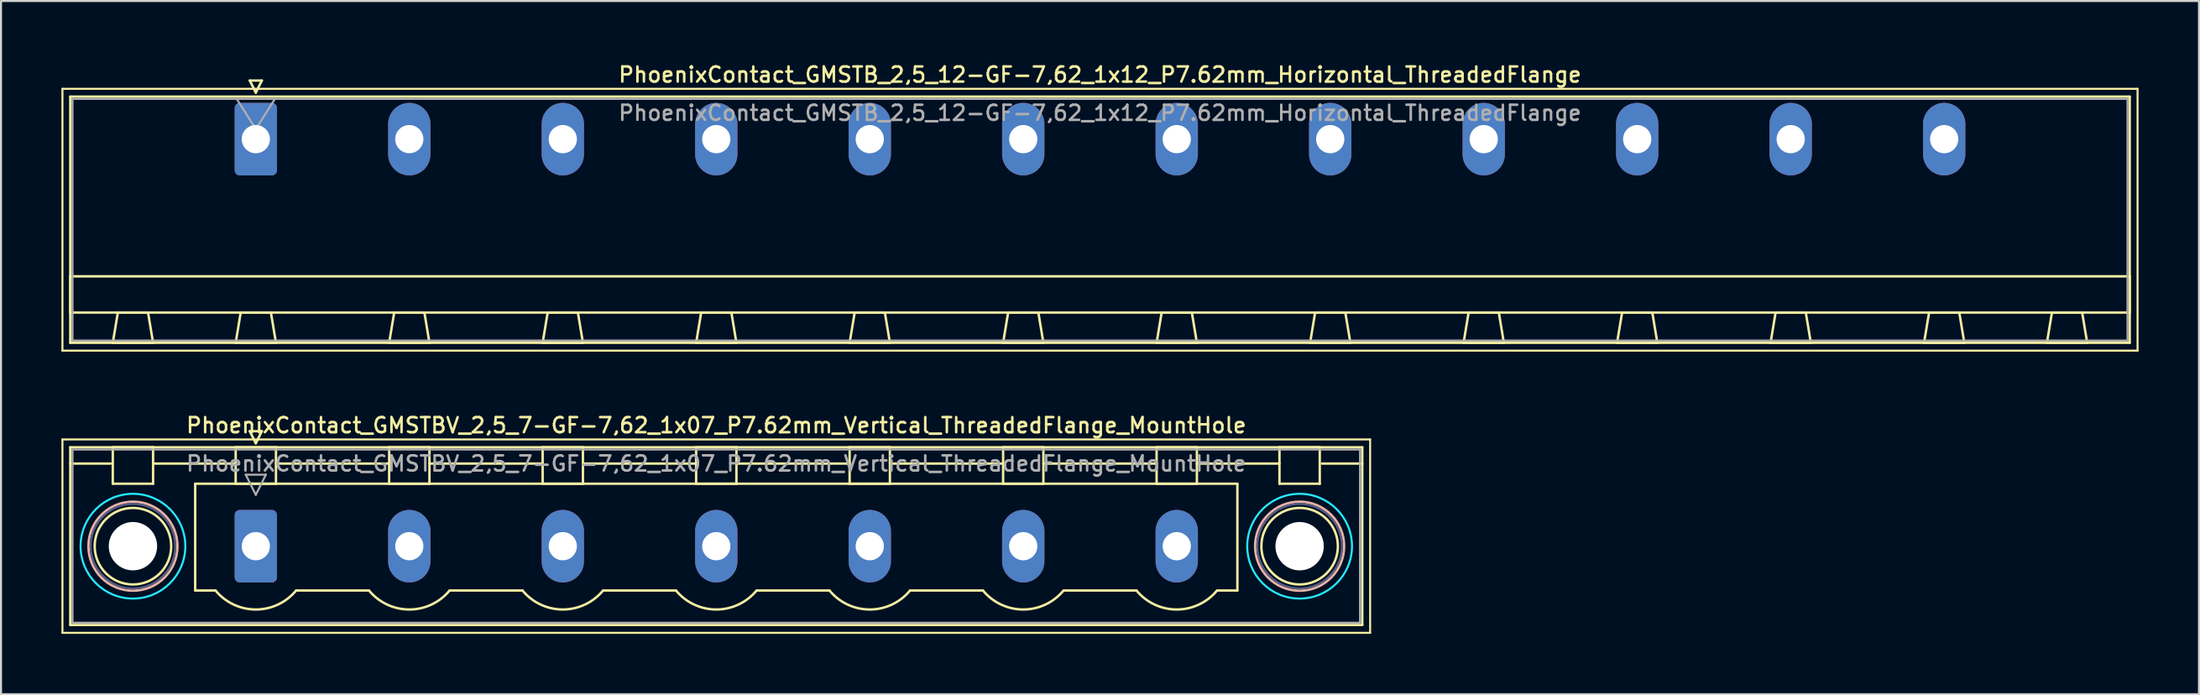
<source format=kicad_pcb>
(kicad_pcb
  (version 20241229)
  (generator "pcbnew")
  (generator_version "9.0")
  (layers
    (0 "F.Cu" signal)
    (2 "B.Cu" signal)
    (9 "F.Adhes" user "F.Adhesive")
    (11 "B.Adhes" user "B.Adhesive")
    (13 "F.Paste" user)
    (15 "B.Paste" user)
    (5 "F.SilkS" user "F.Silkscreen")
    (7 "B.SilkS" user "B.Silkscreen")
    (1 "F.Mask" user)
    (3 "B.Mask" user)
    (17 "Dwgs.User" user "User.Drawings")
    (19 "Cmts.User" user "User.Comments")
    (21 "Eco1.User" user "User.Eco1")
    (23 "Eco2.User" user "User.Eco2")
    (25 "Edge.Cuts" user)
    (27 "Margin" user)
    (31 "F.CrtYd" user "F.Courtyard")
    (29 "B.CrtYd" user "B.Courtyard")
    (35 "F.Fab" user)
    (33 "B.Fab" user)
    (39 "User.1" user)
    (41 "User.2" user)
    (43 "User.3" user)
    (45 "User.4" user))
  (footprint "PhoenixContact_GMSTB_2,5_12-GF-7,62_1x12_P7.62mm_Horizontal_ThreadedFlange"
    (layer "F.Cu")
    (at 9.65 3.858)
    (property "Reference" "PhoenixContact_GMSTB_2,5_12-GF-7,62_1x12_P7.62mm_Horizontal_ThreadedFlange" (at 41.91 -3.2 0) (layer "F.SilkS") (effects (font (size 0.75 0.75) (thickness 0.125))))
    (attr through_hole)
    (fp_line (start -9.6 -2.5) (end -9.6 10.5) (stroke (width 0.1) (type solid)) (layer "F.SilkS"))
    (fp_line (start -9.6 10.5) (end 93.42 10.5) (stroke (width 0.1) (type solid)) (layer "F.SilkS"))
    (fp_line (start -9.21 -2.11) (end -9.21 10.11) (stroke (width 0.12) (type solid)) (layer "F.SilkS"))
    (fp_line (start -9.21 6.81) (end 93.03 6.81) (stroke (width 0.12) (type solid)) (layer "F.SilkS"))
    (fp_line (start -9.21 8.61) (end -9.21 6.81) (stroke (width 0.12) (type solid)) (layer "F.SilkS"))
    (fp_line (start -9.21 10.11) (end 93.03 10.11) (stroke (width 0.12) (type solid)) (layer "F.SilkS"))
    (fp_line (start -7.1 10.11) (end -5.1 10.11) (stroke (width 0.12) (type solid)) (layer "F.SilkS"))
    (fp_line (start -6.85 8.61) (end -7.1 10.11) (stroke (width 0.12) (type solid)) (layer "F.SilkS"))
    (fp_line (start -5.35 8.61) (end -6.85 8.61) (stroke (width 0.12) (type solid)) (layer "F.SilkS"))
    (fp_line (start -5.1 10.11) (end -5.35 8.61) (stroke (width 0.12) (type solid)) (layer "F.SilkS"))
    (fp_line (start -1 10.11) (end 1 10.11) (stroke (width 0.12) (type solid)) (layer "F.SilkS"))
    (fp_line (start -0.75 8.61) (end -1 10.11) (stroke (width 0.12) (type solid)) (layer "F.SilkS"))
    (fp_line (start -0.3 -2.91) (end 0.3 -2.91) (stroke (width 0.12) (type solid)) (layer "F.SilkS"))
    (fp_line (start 0 -2.31) (end -0.3 -2.91) (stroke (width 0.12) (type solid)) (layer "F.SilkS"))
    (fp_line (start 0.3 -2.91) (end 0 -2.31) (stroke (width 0.12) (type solid)) (layer "F.SilkS"))
    (fp_line (start 0.75 8.61) (end -0.75 8.61) (stroke (width 0.12) (type solid)) (layer "F.SilkS"))
    (fp_line (start 1 10.11) (end 0.75 8.61) (stroke (width 0.12) (type solid)) (layer "F.SilkS"))
    (fp_line (start 6.62 10.11) (end 8.62 10.11) (stroke (width 0.12) (type solid)) (layer "F.SilkS"))
    (fp_line (start 6.87 8.61) (end 6.62 10.11) (stroke (width 0.12) (type solid)) (layer "F.SilkS"))
    (fp_line (start 8.37 8.61) (end 6.87 8.61) (stroke (width 0.12) (type solid)) (layer "F.SilkS"))
    (fp_line (start 8.62 10.11) (end 8.37 8.61) (stroke (width 0.12) (type solid)) (layer "F.SilkS"))
    (fp_line (start 14.24 10.11) (end 16.24 10.11) (stroke (width 0.12) (type solid)) (layer "F.SilkS"))
    (fp_line (start 14.49 8.61) (end 14.24 10.11) (stroke (width 0.12) (type solid)) (layer "F.SilkS"))
    (fp_line (start 15.99 8.61) (end 14.49 8.61) (stroke (width 0.12) (type solid)) (layer "F.SilkS"))
    (fp_line (start 16.24 10.11) (end 15.99 8.61) (stroke (width 0.12) (type solid)) (layer "F.SilkS"))
    (fp_line (start 21.86 10.11) (end 23.86 10.11) (stroke (width 0.12) (type solid)) (layer "F.SilkS"))
    (fp_line (start 22.11 8.61) (end 21.86 10.11) (stroke (width 0.12) (type solid)) (layer "F.SilkS"))
    (fp_line (start 23.61 8.61) (end 22.11 8.61) (stroke (width 0.12) (type solid)) (layer "F.SilkS"))
    (fp_line (start 23.86 10.11) (end 23.61 8.61) (stroke (width 0.12) (type solid)) (layer "F.SilkS"))
    (fp_line (start 29.48 10.11) (end 31.48 10.11) (stroke (width 0.12) (type solid)) (layer "F.SilkS"))
    (fp_line (start 29.73 8.61) (end 29.48 10.11) (stroke (width 0.12) (type solid)) (layer "F.SilkS"))
    (fp_line (start 31.23 8.61) (end 29.73 8.61) (stroke (width 0.12) (type solid)) (layer "F.SilkS"))
    (fp_line (start 31.48 10.11) (end 31.23 8.61) (stroke (width 0.12) (type solid)) (layer "F.SilkS"))
    (fp_line (start 37.1 10.11) (end 39.1 10.11) (stroke (width 0.12) (type solid)) (layer "F.SilkS"))
    (fp_line (start 37.35 8.61) (end 37.1 10.11) (stroke (width 0.12) (type solid)) (layer "F.SilkS"))
    (fp_line (start 38.85 8.61) (end 37.35 8.61) (stroke (width 0.12) (type solid)) (layer "F.SilkS"))
    (fp_line (start 39.1 10.11) (end 38.85 8.61) (stroke (width 0.12) (type solid)) (layer "F.SilkS"))
    (fp_line (start 44.72 10.11) (end 46.72 10.11) (stroke (width 0.12) (type solid)) (layer "F.SilkS"))
    (fp_line (start 44.97 8.61) (end 44.72 10.11) (stroke (width 0.12) (type solid)) (layer "F.SilkS"))
    (fp_line (start 46.47 8.61) (end 44.97 8.61) (stroke (width 0.12) (type solid)) (layer "F.SilkS"))
    (fp_line (start 46.72 10.11) (end 46.47 8.61) (stroke (width 0.12) (type solid)) (layer "F.SilkS"))
    (fp_line (start 52.34 10.11) (end 54.34 10.11) (stroke (width 0.12) (type solid)) (layer "F.SilkS"))
    (fp_line (start 52.59 8.61) (end 52.34 10.11) (stroke (width 0.12) (type solid)) (layer "F.SilkS"))
    (fp_line (start 54.09 8.61) (end 52.59 8.61) (stroke (width 0.12) (type solid)) (layer "F.SilkS"))
    (fp_line (start 54.34 10.11) (end 54.09 8.61) (stroke (width 0.12) (type solid)) (layer "F.SilkS"))
    (fp_line (start 59.96 10.11) (end 61.96 10.11) (stroke (width 0.12) (type solid)) (layer "F.SilkS"))
    (fp_line (start 60.21 8.61) (end 59.96 10.11) (stroke (width 0.12) (type solid)) (layer "F.SilkS"))
    (fp_line (start 61.71 8.61) (end 60.21 8.61) (stroke (width 0.12) (type solid)) (layer "F.SilkS"))
    (fp_line (start 61.96 10.11) (end 61.71 8.61) (stroke (width 0.12) (type solid)) (layer "F.SilkS"))
    (fp_line (start 67.58 10.11) (end 69.58 10.11) (stroke (width 0.12) (type solid)) (layer "F.SilkS"))
    (fp_line (start 67.83 8.61) (end 67.58 10.11) (stroke (width 0.12) (type solid)) (layer "F.SilkS"))
    (fp_line (start 69.33 8.61) (end 67.83 8.61) (stroke (width 0.12) (type solid)) (layer "F.SilkS"))
    (fp_line (start 69.58 10.11) (end 69.33 8.61) (stroke (width 0.12) (type solid)) (layer "F.SilkS"))
    (fp_line (start 75.2 10.11) (end 77.2 10.11) (stroke (width 0.12) (type solid)) (layer "F.SilkS"))
    (fp_line (start 75.45 8.61) (end 75.2 10.11) (stroke (width 0.12) (type solid)) (layer "F.SilkS"))
    (fp_line (start 76.95 8.61) (end 75.45 8.61) (stroke (width 0.12) (type solid)) (layer "F.SilkS"))
    (fp_line (start 77.2 10.11) (end 76.95 8.61) (stroke (width 0.12) (type solid)) (layer "F.SilkS"))
    (fp_line (start 82.82 10.11) (end 84.82 10.11) (stroke (width 0.12) (type solid)) (layer "F.SilkS"))
    (fp_line (start 83.07 8.61) (end 82.82 10.11) (stroke (width 0.12) (type solid)) (layer "F.SilkS"))
    (fp_line (start 84.57 8.61) (end 83.07 8.61) (stroke (width 0.12) (type solid)) (layer "F.SilkS"))
    (fp_line (start 84.82 10.11) (end 84.57 8.61) (stroke (width 0.12) (type solid)) (layer "F.SilkS"))
    (fp_line (start 88.92 10.11) (end 90.92 10.11) (stroke (width 0.12) (type solid)) (layer "F.SilkS"))
    (fp_line (start 89.17 8.61) (end 88.92 10.11) (stroke (width 0.12) (type solid)) (layer "F.SilkS"))
    (fp_line (start 90.67 8.61) (end 89.17 8.61) (stroke (width 0.12) (type solid)) (layer "F.SilkS"))
    (fp_line (start 90.92 10.11) (end 90.67 8.61) (stroke (width 0.12) (type solid)) (layer "F.SilkS"))
    (fp_line (start 93.03 -2.11) (end -9.21 -2.11) (stroke (width 0.12) (type solid)) (layer "F.SilkS"))
    (fp_line (start 93.03 6.81) (end 93.03 8.61) (stroke (width 0.12) (type solid)) (layer "F.SilkS"))
    (fp_line (start 93.03 8.61) (end -9.21 8.61) (stroke (width 0.12) (type solid)) (layer "F.SilkS"))
    (fp_line (start 93.03 10.11) (end 93.03 -2.11) (stroke (width 0.12) (type solid)) (layer "F.SilkS"))
    (fp_line (start 93.42 -2.5) (end -9.6 -2.5) (stroke (width 0.1) (type solid)) (layer "F.SilkS"))
    (fp_line (start 93.42 10.5) (end 93.42 -2.5) (stroke (width 0.1) (type solid)) (layer "F.SilkS"))
    (fp_line (start -9.1 -2) (end -9.1 10) (stroke (width 0.1) (type solid)) (layer "F.Fab"))
    (fp_line (start -9.1 10) (end 92.92 10) (stroke (width 0.1) (type solid)) (layer "F.Fab"))
    (fp_line (start 0 -0.5) (end -0.95 -2) (stroke (width 0.1) (type solid)) (layer "F.Fab"))
    (fp_line (start 0.95 -2) (end 0 -0.5) (stroke (width 0.1) (type solid)) (layer "F.Fab"))
    (fp_line (start 92.92 -2) (end -9.1 -2) (stroke (width 0.1) (type solid)) (layer "F.Fab"))
    (fp_line (start 92.92 10) (end 92.92 -2) (stroke (width 0.1) (type solid)) (layer "F.Fab"))
    (fp_text user "${REFERENCE}" (at 41.91 -1.3 0) (layer "F.Fab") (effects (font (size 0.75 0.75) (thickness 0.125))))
    (pad "1" thru_hole roundrect (at 0 0) (size 2.1 3.6) (drill 1.4) (layers "*.Cu" "*.Mask") (roundrect_rratio 0.119))
    (pad "2" thru_hole oval (at 7.62 0) (size 2.1 3.6) (drill 1.4) (layers "*.Cu" "*.Mask"))
    (pad "3" thru_hole oval (at 15.24 0) (size 2.1 3.6) (drill 1.4) (layers "*.Cu" "*.Mask"))
    (pad "4" thru_hole oval (at 22.86 0) (size 2.1 3.6) (drill 1.4) (layers "*.Cu" "*.Mask"))
    (pad "5" thru_hole oval (at 30.48 0) (size 2.1 3.6) (drill 1.4) (layers "*.Cu" "*.Mask"))
    (pad "6" thru_hole oval (at 38.1 0) (size 2.1 3.6) (drill 1.4) (layers "*.Cu" "*.Mask"))
    (pad "7" thru_hole oval (at 45.72 0) (size 2.1 3.6) (drill 1.4) (layers "*.Cu" "*.Mask"))
    (pad "8" thru_hole oval (at 53.34 0) (size 2.1 3.6) (drill 1.4) (layers "*.Cu" "*.Mask"))
    (pad "9" thru_hole oval (at 60.96 0) (size 2.1 3.6) (drill 1.4) (layers "*.Cu" "*.Mask"))
    (pad "10" thru_hole oval (at 68.58 0) (size 2.1 3.6) (drill 1.4) (layers "*.Cu" "*.Mask"))
    (pad "11" thru_hole oval (at 76.2 0) (size 2.1 3.6) (drill 1.4) (layers "*.Cu" "*.Mask"))
    (pad "12" thru_hole oval (at 83.82 0) (size 2.1 3.6) (drill 1.4) (layers "*.Cu" "*.Mask")))
  (footprint "PhoenixContact_GMSTBV_2,5_7-GF-7,62_1x07_P7.62mm_Vertical_ThreadedFlange_MountHole"
    (layer "F.Cu")
    (at 9.65 24.066)
    (property "Reference" "PhoenixContact_GMSTBV_2,5_7-GF-7,62_1x07_P7.62mm_Vertical_ThreadedFlange_MountHole" (at 22.86 -6 0) (layer "F.SilkS") (effects (font (size 0.75 0.75) (thickness 0.125))))
    (attr through_hole)
    (fp_line (start -9.6 -5.3) (end -9.6 4.3) (stroke (width 0.1) (type solid)) (layer "F.SilkS"))
    (fp_line (start -9.6 4.3) (end 55.32 4.3) (stroke (width 0.1) (type solid)) (layer "F.SilkS"))
    (fp_line (start -9.21 -4.91) (end -9.21 3.91) (stroke (width 0.12) (type solid)) (layer "F.SilkS"))
    (fp_line (start -9.21 -4.1) (end -7.21 -4.1) (stroke (width 0.12) (type solid)) (layer "F.SilkS"))
    (fp_line (start -9.21 3.91) (end 54.93 3.91) (stroke (width 0.12) (type solid)) (layer "F.SilkS"))
    (fp_line (start -7.1 -4.91) (end -5.1 -4.91) (stroke (width 0.12) (type solid)) (layer "F.SilkS"))
    (fp_line (start -7.1 -3.1) (end -7.1 -4.91) (stroke (width 0.12) (type solid)) (layer "F.SilkS"))
    (fp_line (start -5.1 -4.91) (end -5.1 -3.1) (stroke (width 0.12) (type solid)) (layer "F.SilkS"))
    (fp_line (start -5.1 -4.1) (end -1 -4.1) (stroke (width 0.12) (type solid)) (layer "F.SilkS"))
    (fp_line (start -5.1 -3.1) (end -7.1 -3.1) (stroke (width 0.12) (type solid)) (layer "F.SilkS"))
    (fp_line (start -3.01 -3.1) (end 48.73 -3.1) (stroke (width 0.12) (type solid)) (layer "F.SilkS"))
    (fp_line (start -3.01 2.2) (end -3.01 -3.1) (stroke (width 0.12) (type solid)) (layer "F.SilkS"))
    (fp_line (start -2 2.2) (end -3.01 2.2) (stroke (width 0.12) (type solid)) (layer "F.SilkS"))
    (fp_line (start -1 -4.91) (end 1 -4.91) (stroke (width 0.12) (type solid)) (layer "F.SilkS"))
    (fp_line (start -1 -3.1) (end -1 -4.91) (stroke (width 0.12) (type solid)) (layer "F.SilkS"))
    (fp_line (start -0.3 -5.71) (end 0.3 -5.71) (stroke (width 0.12) (type solid)) (layer "F.SilkS"))
    (fp_line (start 0 -5.11) (end -0.3 -5.71) (stroke (width 0.12) (type solid)) (layer "F.SilkS"))
    (fp_line (start 0.3 -5.71) (end 0 -5.11) (stroke (width 0.12) (type solid)) (layer "F.SilkS"))
    (fp_line (start 1 -4.91) (end 1 -3.1) (stroke (width 0.12) (type solid)) (layer "F.SilkS"))
    (fp_line (start 1 -4.1) (end 6.62 -4.1) (stroke (width 0.12) (type solid)) (layer "F.SilkS"))
    (fp_line (start 1 -3.1) (end -1 -3.1) (stroke (width 0.12) (type solid)) (layer "F.SilkS"))
    (fp_line (start 2 2.2) (end 5.62 2.2) (stroke (width 0.12) (type solid)) (layer "F.SilkS"))
    (fp_line (start 6.62 -4.91) (end 8.62 -4.91) (stroke (width 0.12) (type solid)) (layer "F.SilkS"))
    (fp_line (start 6.62 -3.1) (end 6.62 -4.91) (stroke (width 0.12) (type solid)) (layer "F.SilkS"))
    (fp_line (start 8.62 -4.91) (end 8.62 -3.1) (stroke (width 0.12) (type solid)) (layer "F.SilkS"))
    (fp_line (start 8.62 -4.1) (end 14.24 -4.1) (stroke (width 0.12) (type solid)) (layer "F.SilkS"))
    (fp_line (start 8.62 -3.1) (end 6.62 -3.1) (stroke (width 0.12) (type solid)) (layer "F.SilkS"))
    (fp_line (start 9.62 2.2) (end 13.24 2.2) (stroke (width 0.12) (type solid)) (layer "F.SilkS"))
    (fp_line (start 14.24 -4.91) (end 16.24 -4.91) (stroke (width 0.12) (type solid)) (layer "F.SilkS"))
    (fp_line (start 14.24 -3.1) (end 14.24 -4.91) (stroke (width 0.12) (type solid)) (layer "F.SilkS"))
    (fp_line (start 16.24 -4.91) (end 16.24 -3.1) (stroke (width 0.12) (type solid)) (layer "F.SilkS"))
    (fp_line (start 16.24 -4.1) (end 21.86 -4.1) (stroke (width 0.12) (type solid)) (layer "F.SilkS"))
    (fp_line (start 16.24 -3.1) (end 14.24 -3.1) (stroke (width 0.12) (type solid)) (layer "F.SilkS"))
    (fp_line (start 17.24 2.2) (end 20.86 2.2) (stroke (width 0.12) (type solid)) (layer "F.SilkS"))
    (fp_line (start 21.86 -4.91) (end 23.86 -4.91) (stroke (width 0.12) (type solid)) (layer "F.SilkS"))
    (fp_line (start 21.86 -3.1) (end 21.86 -4.91) (stroke (width 0.12) (type solid)) (layer "F.SilkS"))
    (fp_line (start 23.86 -4.91) (end 23.86 -3.1) (stroke (width 0.12) (type solid)) (layer "F.SilkS"))
    (fp_line (start 23.86 -4.1) (end 29.48 -4.1) (stroke (width 0.12) (type solid)) (layer "F.SilkS"))
    (fp_line (start 23.86 -3.1) (end 21.86 -3.1) (stroke (width 0.12) (type solid)) (layer "F.SilkS"))
    (fp_line (start 24.86 2.2) (end 28.48 2.2) (stroke (width 0.12) (type solid)) (layer "F.SilkS"))
    (fp_line (start 29.48 -4.91) (end 31.48 -4.91) (stroke (width 0.12) (type solid)) (layer "F.SilkS"))
    (fp_line (start 29.48 -3.1) (end 29.48 -4.91) (stroke (width 0.12) (type solid)) (layer "F.SilkS"))
    (fp_line (start 31.48 -4.91) (end 31.48 -3.1) (stroke (width 0.12) (type solid)) (layer "F.SilkS"))
    (fp_line (start 31.48 -4.1) (end 37.1 -4.1) (stroke (width 0.12) (type solid)) (layer "F.SilkS"))
    (fp_line (start 31.48 -3.1) (end 29.48 -3.1) (stroke (width 0.12) (type solid)) (layer "F.SilkS"))
    (fp_line (start 32.48 2.2) (end 36.1 2.2) (stroke (width 0.12) (type solid)) (layer "F.SilkS"))
    (fp_line (start 37.1 -4.91) (end 39.1 -4.91) (stroke (width 0.12) (type solid)) (layer "F.SilkS"))
    (fp_line (start 37.1 -3.1) (end 37.1 -4.91) (stroke (width 0.12) (type solid)) (layer "F.SilkS"))
    (fp_line (start 39.1 -4.91) (end 39.1 -3.1) (stroke (width 0.12) (type solid)) (layer "F.SilkS"))
    (fp_line (start 39.1 -4.1) (end 44.72 -4.1) (stroke (width 0.12) (type solid)) (layer "F.SilkS"))
    (fp_line (start 39.1 -3.1) (end 37.1 -3.1) (stroke (width 0.12) (type solid)) (layer "F.SilkS"))
    (fp_line (start 40.1 2.2) (end 43.72 2.2) (stroke (width 0.12) (type solid)) (layer "F.SilkS"))
    (fp_line (start 44.72 -4.91) (end 46.72 -4.91) (stroke (width 0.12) (type solid)) (layer "F.SilkS"))
    (fp_line (start 44.72 -3.1) (end 44.72 -4.91) (stroke (width 0.12) (type solid)) (layer "F.SilkS"))
    (fp_line (start 46.72 -4.91) (end 46.72 -3.1) (stroke (width 0.12) (type solid)) (layer "F.SilkS"))
    (fp_line (start 46.72 -4.1) (end 50.82 -4.1) (stroke (width 0.12) (type solid)) (layer "F.SilkS"))
    (fp_line (start 46.72 -3.1) (end 44.72 -3.1) (stroke (width 0.12) (type solid)) (layer "F.SilkS"))
    (fp_line (start 48.73 -3.1) (end 48.73 2.2) (stroke (width 0.12) (type solid)) (layer "F.SilkS"))
    (fp_line (start 48.73 2.2) (end 47.72 2.2) (stroke (width 0.12) (type solid)) (layer "F.SilkS"))
    (fp_line (start 50.82 -4.91) (end 52.82 -4.91) (stroke (width 0.12) (type solid)) (layer "F.SilkS"))
    (fp_line (start 50.82 -3.1) (end 50.82 -4.91) (stroke (width 0.12) (type solid)) (layer "F.SilkS"))
    (fp_line (start 52.82 -4.91) (end 52.82 -3.1) (stroke (width 0.12) (type solid)) (layer "F.SilkS"))
    (fp_line (start 52.82 -3.1) (end 50.82 -3.1) (stroke (width 0.12) (type solid)) (layer "F.SilkS"))
    (fp_line (start 54.93 -4.91) (end -9.21 -4.91) (stroke (width 0.12) (type solid)) (layer "F.SilkS"))
    (fp_line (start 54.93 -4.1) (end 52.93 -4.1) (stroke (width 0.12) (type solid)) (layer "F.SilkS"))
    (fp_line (start 54.93 3.91) (end 54.93 -4.91) (stroke (width 0.12) (type solid)) (layer "F.SilkS"))
    (fp_line (start 55.32 -5.3) (end -9.6 -5.3) (stroke (width 0.1) (type solid)) (layer "F.SilkS"))
    (fp_line (start 55.32 4.3) (end 55.32 -5.3) (stroke (width 0.1) (type solid)) (layer "F.SilkS"))
    (fp_arc (start 1.986842 2.215821) (mid -0.010289 3.142758) (end -2 2.2) (stroke (width 0.12) (type solid)) (layer "F.SilkS"))
    (fp_arc (start 9.606842 2.215821) (mid 7.609711 3.142758) (end 5.62 2.2) (stroke (width 0.12) (type solid)) (layer "F.SilkS"))
    (fp_arc (start 17.226842 2.215821) (mid 15.229711 3.142758) (end 13.24 2.2) (stroke (width 0.12) (type solid)) (layer "F.SilkS"))
    (fp_arc (start 24.846842 2.215821) (mid 22.849711 3.142758) (end 20.86 2.2) (stroke (width 0.12) (type solid)) (layer "F.SilkS"))
    (fp_arc (start 32.466842 2.215821) (mid 30.469711 3.142758) (end 28.48 2.2) (stroke (width 0.12) (type solid)) (layer "F.SilkS"))
    (fp_arc (start 40.086842 2.215821) (mid 38.089711 3.142758) (end 36.1 2.2) (stroke (width 0.12) (type solid)) (layer "F.SilkS"))
    (fp_arc (start 47.706842 2.215821) (mid 45.709711 3.142758) (end 43.72 2.2) (stroke (width 0.12) (type solid)) (layer "F.SilkS"))
    (fp_circle (center -6.1 0) (end -4.2 0) (stroke (width 0.12) (type solid)) (fill no) (layer "F.SilkS"))
    (fp_circle (center 51.82 0) (end 53.72 0) (stroke (width 0.12) (type solid)) (fill no) (layer "F.SilkS"))
    (fp_circle (center -6.1 0) (end -3.89 0) (stroke (width 0.12) (type solid)) (fill no) (layer "B.SilkS"))
    (fp_circle (center 51.82 0) (end 54.03 0) (stroke (width 0.12) (type solid)) (fill no) (layer "B.SilkS"))
    (fp_circle (center -6.1 0) (end -3.5 0) (stroke (width 0.1) (type solid)) (fill no) (layer "B.CrtYd"))
    (fp_circle (center 51.82 0) (end 54.42 0) (stroke (width 0.1) (type solid)) (fill no) (layer "B.CrtYd"))
    (fp_circle (center -6.1 0) (end -4 0) (stroke (width 0.1) (type solid)) (fill no) (layer "B.Fab"))
    (fp_circle (center 51.82 0) (end 53.92 0) (stroke (width 0.1) (type solid)) (fill no) (layer "B.Fab"))
    (fp_line (start -9.1 -4.8) (end -9.1 3.8) (stroke (width 0.1) (type solid)) (layer "F.Fab"))
    (fp_line (start -9.1 3.8) (end 54.82 3.8) (stroke (width 0.1) (type solid)) (layer "F.Fab"))
    (fp_line (start -0.5 -3.55) (end 0.5 -3.55) (stroke (width 0.1) (type solid)) (layer "F.Fab"))
    (fp_line (start 0 -2.55) (end -0.5 -3.55) (stroke (width 0.1) (type solid)) (layer "F.Fab"))
    (fp_line (start 0.5 -3.55) (end 0 -2.55) (stroke (width 0.1) (type solid)) (layer "F.Fab"))
    (fp_line (start 54.82 -4.8) (end -9.1 -4.8) (stroke (width 0.1) (type solid)) (layer "F.Fab"))
    (fp_line (start 54.82 3.8) (end 54.82 -4.8) (stroke (width 0.1) (type solid)) (layer "F.Fab"))
    (fp_text user "${REFERENCE}" (at 22.86 -4.1 0) (layer "F.Fab") (effects (font (size 0.75 0.75) (thickness 0.125))))
    (pad "" np_thru_hole circle (at -6.1 0) (size 2.4 2.4) (drill 2.4) (layers "*.Cu" "*.Mask"))
    (pad "" np_thru_hole circle (at 51.82 0) (size 2.4 2.4) (drill 2.4) (layers "*.Cu" "*.Mask"))
    (pad "1" thru_hole roundrect (at 0 0) (size 2.1 3.6) (drill 1.4) (layers "*.Cu" "*.Mask") (roundrect_rratio 0.119))
    (pad "2" thru_hole oval (at 7.62 0) (size 2.1 3.6) (drill 1.4) (layers "*.Cu" "*.Mask"))
    (pad "3" thru_hole oval (at 15.24 0) (size 2.1 3.6) (drill 1.4) (layers "*.Cu" "*.Mask"))
    (pad "4" thru_hole oval (at 22.86 0) (size 2.1 3.6) (drill 1.4) (layers "*.Cu" "*.Mask"))
    (pad "5" thru_hole oval (at 30.48 0) (size 2.1 3.6) (drill 1.4) (layers "*.Cu" "*.Mask"))
    (pad "6" thru_hole oval (at 38.1 0) (size 2.1 3.6) (drill 1.4) (layers "*.Cu" "*.Mask"))
    (pad "7" thru_hole oval (at 45.72 0) (size 2.1 3.6) (drill 1.4) (layers "*.Cu" "*.Mask")))
  (gr_rect
    (start -3 -3)
    (end 106.12 31.416)
    (stroke (width 0.1) (type default))
    (fill no)
    (layer "Edge.Cuts")))
</source>
